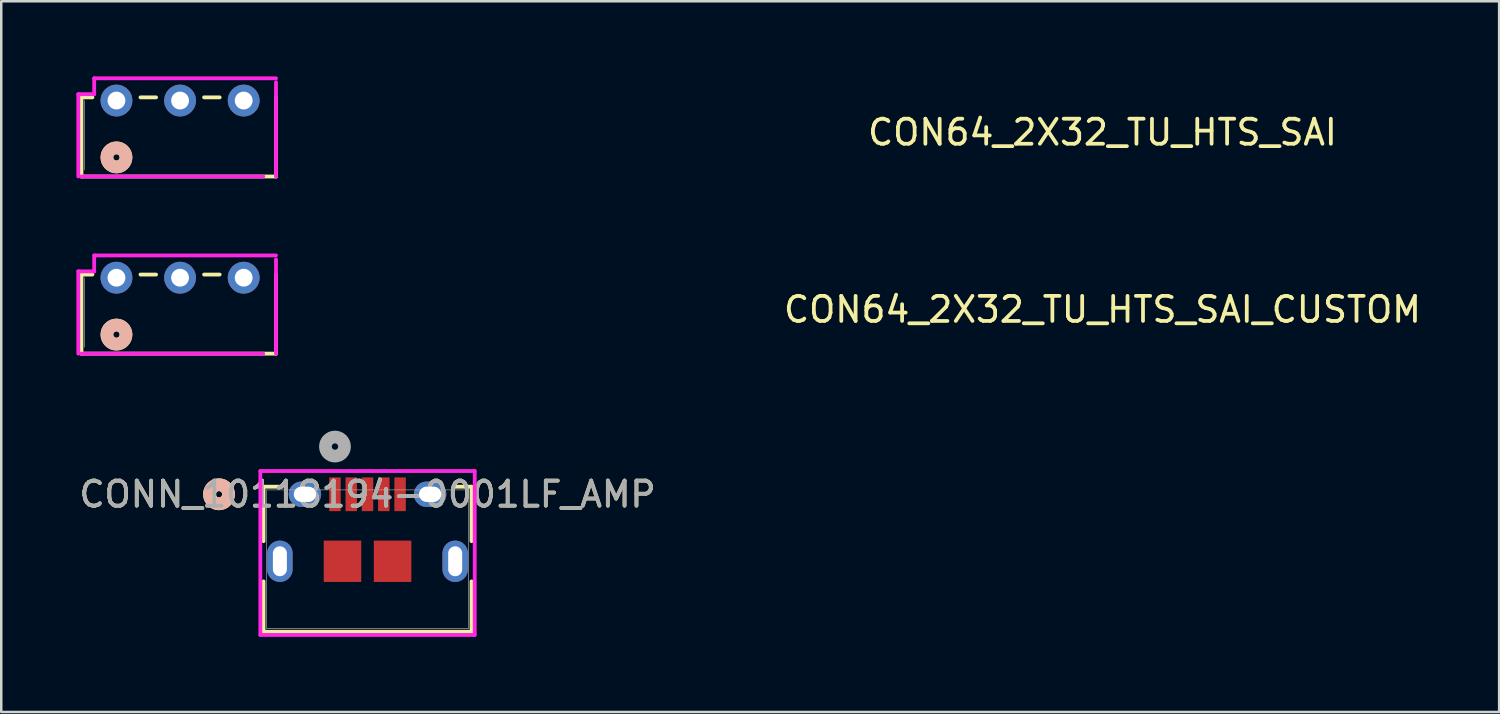
<source format=kicad_pcb>
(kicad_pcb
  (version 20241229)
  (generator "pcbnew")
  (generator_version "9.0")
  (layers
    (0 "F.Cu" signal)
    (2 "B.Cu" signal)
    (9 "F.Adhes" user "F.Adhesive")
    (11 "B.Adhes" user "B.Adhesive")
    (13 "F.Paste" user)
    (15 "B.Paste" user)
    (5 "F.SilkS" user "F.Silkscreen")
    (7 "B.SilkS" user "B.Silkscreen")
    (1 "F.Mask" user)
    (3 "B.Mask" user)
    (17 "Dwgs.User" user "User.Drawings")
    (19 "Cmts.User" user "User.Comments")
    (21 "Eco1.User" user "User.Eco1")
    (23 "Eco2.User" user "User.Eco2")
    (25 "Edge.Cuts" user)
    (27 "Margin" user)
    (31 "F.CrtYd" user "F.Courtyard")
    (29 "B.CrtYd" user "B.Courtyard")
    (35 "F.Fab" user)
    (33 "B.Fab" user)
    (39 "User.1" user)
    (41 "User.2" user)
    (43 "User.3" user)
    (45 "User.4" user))
  (footprint "CONN_10118194-0001LF_AMP"
    (layer "F.Cu")
    (at 11.625 19.28)
    (property "Reference" "CONN_10118194-0001LF_AMP" (at 0 -2.594 0) (unlocked yes) (layer "F.SilkS") (effects (font (size 1 1) (thickness 0.15))))
    (attr smd)
    (fp_line (start -4.153 -2.896) (end -4.153 -0.721) (stroke (width 0.152) (type solid)) (layer "F.SilkS"))
    (fp_line (start -4.153 0.884) (end -4.153 2.896) (stroke (width 0.152) (type solid)) (layer "F.SilkS"))
    (fp_line (start -4.153 2.896) (end 4.153 2.896) (stroke (width 0.152) (type solid)) (layer "F.SilkS"))
    (fp_line (start -3.423 -2.896) (end -4.153 -2.896) (stroke (width 0.152) (type solid)) (layer "F.SilkS"))
    (fp_line (start 4.153 -2.896) (end 3.423 -2.896) (stroke (width 0.152) (type solid)) (layer "F.SilkS"))
    (fp_line (start 4.153 -0.721) (end 4.153 -2.896) (stroke (width 0.152) (type solid)) (layer "F.SilkS"))
    (fp_line (start 4.153 2.896) (end 4.153 0.884) (stroke (width 0.152) (type solid)) (layer "F.SilkS"))
    (fp_circle (center -5.931 -2.594) (end -5.55 -2.594) (stroke (width 0.508) (type solid)) (fill no) (layer "F.SilkS"))
    (fp_circle (center -5.931 -2.594) (end -5.55 -2.594) (stroke (width 0.508) (type solid)) (fill no) (layer "B.SilkS"))
    (fp_line (start -4.28 -3.521) (end -4.28 3.023) (stroke (width 0.152) (type solid)) (layer "F.CrtYd"))
    (fp_line (start -4.28 3.023) (end 4.28 3.023) (stroke (width 0.152) (type solid)) (layer "F.CrtYd"))
    (fp_line (start 4.28 -3.521) (end -4.28 -3.521) (stroke (width 0.152) (type solid)) (layer "F.CrtYd"))
    (fp_line (start 4.28 3.023) (end 4.28 -3.521) (stroke (width 0.152) (type solid)) (layer "F.CrtYd"))
    (fp_line (start -4.026 -2.769) (end -4.026 2.769) (stroke (width 0.025) (type solid)) (layer "F.Fab"))
    (fp_line (start -4.026 2.769) (end 4.026 2.769) (stroke (width 0.025) (type solid)) (layer "F.Fab"))
    (fp_line (start 4.026 -2.769) (end -4.026 -2.769) (stroke (width 0.025) (type solid)) (layer "F.Fab"))
    (fp_line (start 4.026 2.769) (end 4.026 -2.769) (stroke (width 0.025) (type solid)) (layer "F.Fab"))
    (fp_circle (center -1.3 -4.499) (end -0.919 -4.499) (stroke (width 0.508) (type solid)) (fill no) (layer "F.Fab"))
    (fp_text user "${REFERENCE}" (at 0 -2.594 0) (unlocked yes) (layer "F.Fab") (effects (font (size 1 1) (thickness 0.15))))
    (pad "" np_thru_hole oval (at -3.5 0.081 90) (size 1.651 1.016) (drill oval 1.194 0.559) (layers "*.Cu" "*.Mask"))
    (pad "" np_thru_hole oval (at -2.5 -2.594) (size 1.295 1.016) (drill oval 0.889 0.61) (layers "*.Cu" "*.Mask"))
    (pad "" np_thru_hole oval (at 2.5 -2.594) (size 1.295 1.016) (drill oval 0.889 0.61) (layers "*.Cu" "*.Mask"))
    (pad "" np_thru_hole oval (at 3.5 0.081 90) (size 1.651 1.016) (drill oval 1.194 0.559) (layers "*.Cu" "*.Mask"))
    (pad "1" smd rect (at -1.3 -2.594) (size 0.457 1.346) (layers "F.Cu" "F.Mask" "F.Paste"))
    (pad "2" smd rect (at -0.65 -2.594) (size 0.457 1.346) (layers "F.Cu" "F.Mask" "F.Paste"))
    (pad "3" smd rect (at 0 -2.594) (size 0.457 1.346) (layers "F.Cu" "F.Mask" "F.Paste"))
    (pad "4" smd rect (at 0.65 -2.594) (size 0.457 1.346) (layers "F.Cu" "F.Mask" "F.Paste"))
    (pad "5" smd rect (at 1.3 -2.594) (size 0.457 1.346) (layers "F.Cu" "F.Mask" "F.Paste"))
    (pad "6" smd rect (at -1 0.081) (size 1.499 1.651) (layers "F.Cu" "F.Mask" "F.Paste"))
    (pad "6" smd rect (at 1 0.081) (size 1.499 1.651) (layers "F.Cu" "F.Mask" "F.Paste")))
  (footprint "CON64_2X32_TU_HTS_SAI"
    (layer "F.Cu")
    (at 40.97 2.235)
    (property "Reference" "CON64_2X32_TU_HTS_SAI" (at 0 0 0) (unlocked yes) (layer "F.SilkS") (effects (font (size 1 1) (thickness 0.15))))
    (attr through_hole)
    (fp_line (start -40.767 -1.334) (end -40.767 1.762) (stroke (width 0.152) (type solid)) (layer "F.SilkS"))
    (fp_line (start -40.767 1.762) (end -33 1.762) (stroke (width 0.152) (type solid)) (layer "F.SilkS"))
    (fp_line (start -40.329 -1.397) (end -40.767 -1.397) (stroke (width 0.152) (type solid)) (layer "F.SilkS"))
    (fp_line (start -37.789 -1.397) (end -38.411 -1.397) (stroke (width 0.152) (type solid)) (layer "F.SilkS"))
    (fp_line (start -35.249 -1.397) (end -35.871 -1.397) (stroke (width 0.152) (type solid)) (layer "F.SilkS"))
    (fp_line (start -33 1.762) (end -33 -1.397) (stroke (width 0.152) (type solid)) (layer "F.SilkS"))
    (fp_circle (center -39.37 1) (end -38.989 1) (stroke (width 0.508) (type solid)) (fill no) (layer "F.SilkS"))
    (fp_circle (center -39.37 1) (end -38.989 1) (stroke (width 0.508) (type solid)) (fill no) (layer "B.SilkS"))
    (fp_line (start -40.894 -1.524) (end -40.894 1.762) (stroke (width 0.152) (type solid)) (layer "F.CrtYd"))
    (fp_line (start -40.767 1.762) (end -33.508 1.762) (stroke (width 0.152) (type solid)) (layer "F.CrtYd"))
    (fp_line (start -40.259 -2.159) (end -40.259 -1.524) (stroke (width 0.152) (type solid)) (layer "F.CrtYd"))
    (fp_line (start -40.259 -1.524) (end -40.894 -1.524) (stroke (width 0.152) (type solid)) (layer "F.CrtYd"))
    (fp_line (start -33 -2.159) (end -40.259 -2.159) (stroke (width 0.152) (type solid)) (layer "F.CrtYd"))
    (fp_line (start -33 1.762) (end -33 -2) (stroke (width 0.152) (type solid)) (layer "F.CrtYd"))
    (fp_line (start -40.64 -1.27) (end -40.64 1.5) (stroke (width 0.025) (type solid)) (layer "F.Fab"))
    (pad "2" thru_hole circle (at -39.37 -1.27 90) (size 1.27 1.27) (drill 0.711) (layers "*.Cu" "*.Mask"))
    (pad "4" thru_hole circle (at -36.83 -1.27 90) (size 1.27 1.27) (drill 0.711) (layers "*.Cu" "*.Mask"))
    (pad "6" thru_hole circle (at -34.29 -1.27 90) (size 1.27 1.27) (drill 0.711) (layers "*.Cu" "*.Mask")))
  (footprint "CON64_2X32_TU_HTS_SAI_CUSTOM"
    (layer "F.Cu")
    (at 40.97 9.309)
    (property "Reference" "CON64_2X32_TU_HTS_SAI_CUSTOM" (at 0 0 0) (unlocked yes) (layer "F.SilkS") (effects (font (size 1 1) (thickness 0.15))))
    (attr through_hole)
    (fp_line (start -40.767 -1.334) (end -40.767 1.762) (stroke (width 0.152) (type solid)) (layer "F.SilkS"))
    (fp_line (start -40.767 1.762) (end -33 1.762) (stroke (width 0.152) (type solid)) (layer "F.SilkS"))
    (fp_line (start -40.329 -1.397) (end -40.767 -1.397) (stroke (width 0.152) (type solid)) (layer "F.SilkS"))
    (fp_line (start -37.789 -1.397) (end -38.411 -1.397) (stroke (width 0.152) (type solid)) (layer "F.SilkS"))
    (fp_line (start -35.249 -1.397) (end -35.871 -1.397) (stroke (width 0.152) (type solid)) (layer "F.SilkS"))
    (fp_line (start -33 1.762) (end -33 -1.397) (stroke (width 0.152) (type solid)) (layer "F.SilkS"))
    (fp_circle (center -39.37 1) (end -38.989 1) (stroke (width 0.508) (type solid)) (fill no) (layer "F.SilkS"))
    (fp_circle (center -39.37 1) (end -38.989 1) (stroke (width 0.508) (type solid)) (fill no) (layer "B.SilkS"))
    (fp_line (start -40.894 -1.524) (end -40.894 1.762) (stroke (width 0.152) (type solid)) (layer "F.CrtYd"))
    (fp_line (start -40.767 1.762) (end -33.508 1.762) (stroke (width 0.152) (type solid)) (layer "F.CrtYd"))
    (fp_line (start -40.259 -2.159) (end -40.259 -1.524) (stroke (width 0.152) (type solid)) (layer "F.CrtYd"))
    (fp_line (start -40.259 -1.524) (end -40.894 -1.524) (stroke (width 0.152) (type solid)) (layer "F.CrtYd"))
    (fp_line (start -33 -2.159) (end -40.259 -2.159) (stroke (width 0.152) (type solid)) (layer "F.CrtYd"))
    (fp_line (start -33 1.762) (end -33 -2) (stroke (width 0.152) (type solid)) (layer "F.CrtYd"))
    (fp_line (start -40.64 -1.27) (end -40.64 1.5) (stroke (width 0.025) (type solid)) (layer "F.Fab"))
    (pad "2" thru_hole circle (at -39.37 -1.27 90) (size 1.27 1.27) (drill 0.711) (layers "*.Cu" "*.Mask"))
    (pad "4" thru_hole circle (at -36.83 -1.27 90) (size 1.27 1.27) (drill 0.711) (layers "*.Cu" "*.Mask"))
    (pad "6" thru_hole circle (at -34.29 -1.27 90) (size 1.27 1.27) (drill 0.711) (layers "*.Cu" "*.Mask")))
  (gr_rect
    (start -3 -3)
    (end 56.809 25.379)
    (stroke (width 0.1) (type default))
    (fill no)
    (layer "Edge.Cuts")))
</source>
